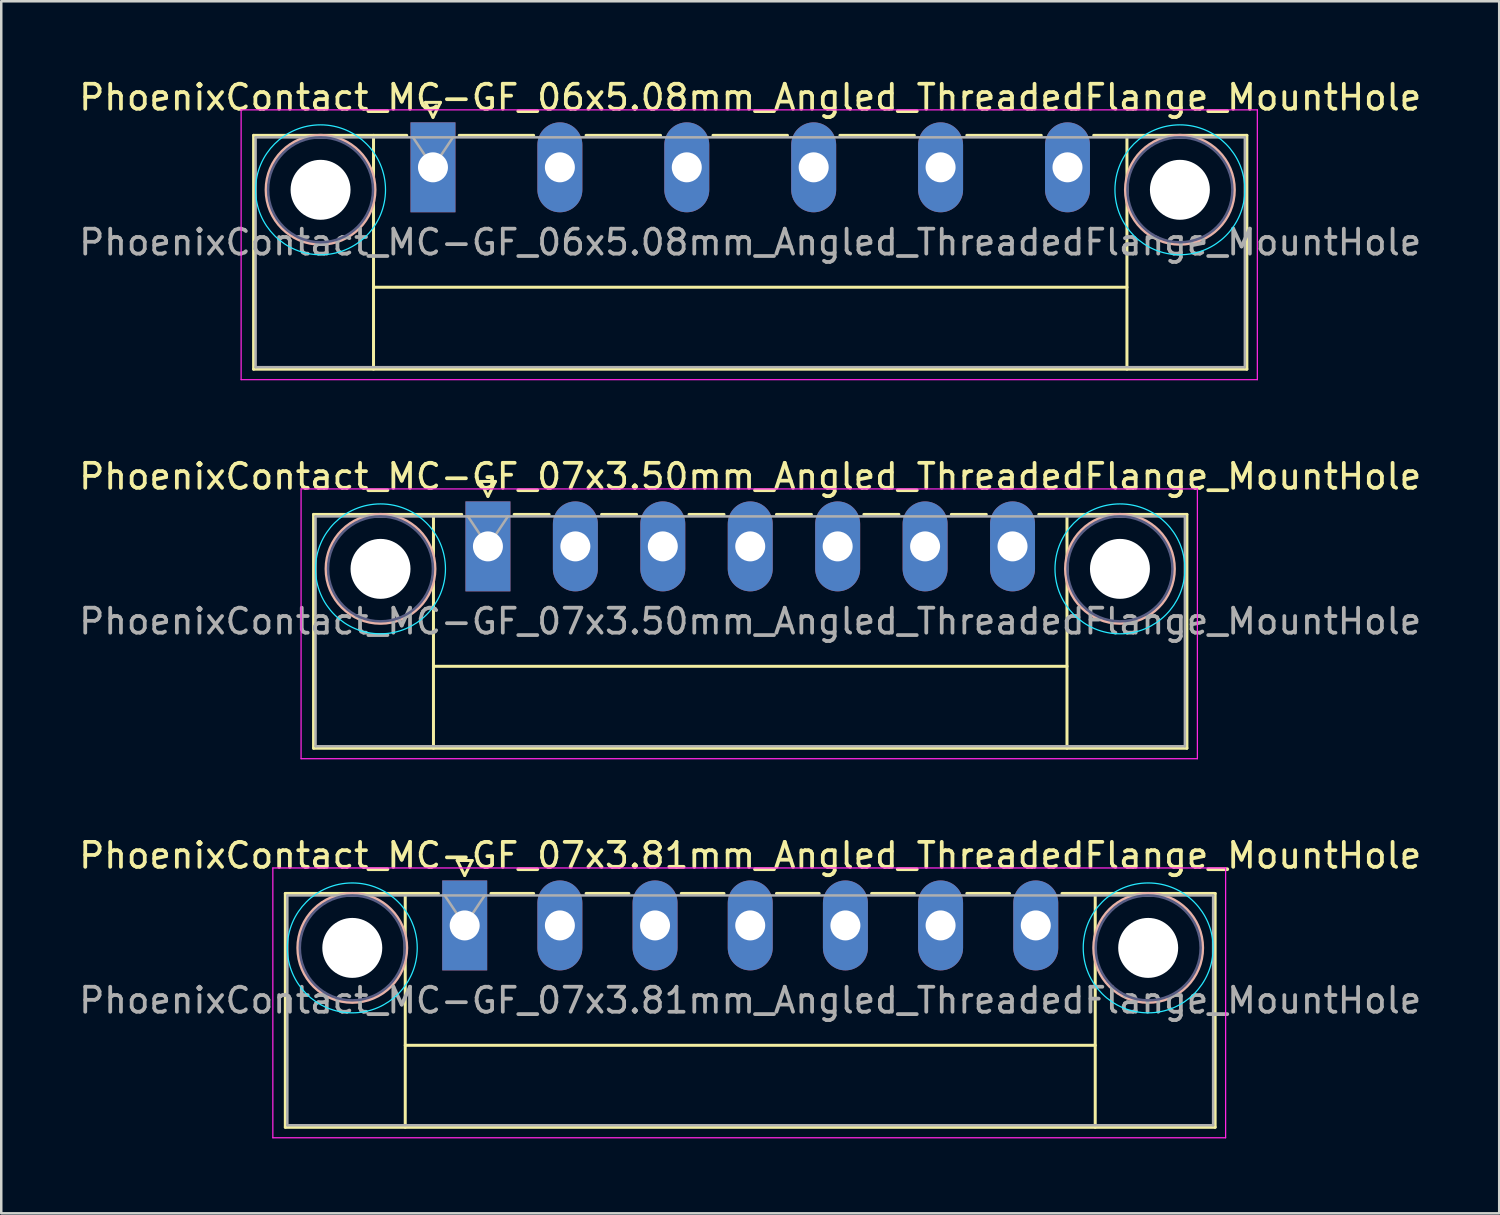
<source format=kicad_pcb>
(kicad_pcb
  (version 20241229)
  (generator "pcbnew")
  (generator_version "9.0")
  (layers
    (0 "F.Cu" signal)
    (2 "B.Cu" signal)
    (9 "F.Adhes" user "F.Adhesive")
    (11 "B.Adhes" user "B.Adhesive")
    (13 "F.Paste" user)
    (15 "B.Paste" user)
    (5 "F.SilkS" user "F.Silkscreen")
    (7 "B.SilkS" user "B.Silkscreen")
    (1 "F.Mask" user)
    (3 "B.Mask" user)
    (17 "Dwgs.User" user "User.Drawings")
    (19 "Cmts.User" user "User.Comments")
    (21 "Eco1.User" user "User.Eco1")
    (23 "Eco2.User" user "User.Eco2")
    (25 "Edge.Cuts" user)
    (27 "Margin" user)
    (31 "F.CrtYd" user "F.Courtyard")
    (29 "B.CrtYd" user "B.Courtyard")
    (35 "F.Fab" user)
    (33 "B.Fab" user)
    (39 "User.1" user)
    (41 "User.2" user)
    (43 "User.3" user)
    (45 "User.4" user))
  (footprint "PhoenixContact_MC-GF_07x3.50mm_Angled_ThreadedFlange_MountHole"
    (layer "F.Cu")
    (at 16.482 18.822)
    (property "Reference" "PhoenixContact_MC-GF_07x3.50mm_Angled_ThreadedFlange_MountHole" (at 10.5 -2.8 0) (layer "F.SilkS") (effects (font (size 1 1) (thickness 0.15))))
    (attr through_hole)
    (fp_line (start -6.98 -1.28) (end -6.98 8.08) (stroke (width 0.12) (type solid)) (layer "F.SilkS"))
    (fp_line (start -6.98 -1.28) (end -1.05 -1.28) (stroke (width 0.12) (type solid)) (layer "F.SilkS"))
    (fp_line (start -6.98 8.08) (end 27.98 8.08) (stroke (width 0.12) (type solid)) (layer "F.SilkS"))
    (fp_line (start -2.18 -1.28) (end -2.18 8.08) (stroke (width 0.12) (type solid)) (layer "F.SilkS"))
    (fp_line (start -2.18 4.8) (end 23.18 4.8) (stroke (width 0.12) (type solid)) (layer "F.SilkS"))
    (fp_line (start -0.3 -2.6) (end 0.3 -2.6) (stroke (width 0.12) (type solid)) (layer "F.SilkS"))
    (fp_line (start 0 -2) (end -0.3 -2.6) (stroke (width 0.12) (type solid)) (layer "F.SilkS"))
    (fp_line (start 0.3 -2.6) (end 0 -2) (stroke (width 0.12) (type solid)) (layer "F.SilkS"))
    (fp_line (start 1.05 -1.28) (end 2.45 -1.28) (stroke (width 0.12) (type solid)) (layer "F.SilkS"))
    (fp_line (start 4.55 -1.28) (end 5.95 -1.28) (stroke (width 0.12) (type solid)) (layer "F.SilkS"))
    (fp_line (start 8.05 -1.28) (end 9.45 -1.28) (stroke (width 0.12) (type solid)) (layer "F.SilkS"))
    (fp_line (start 11.55 -1.28) (end 12.95 -1.28) (stroke (width 0.12) (type solid)) (layer "F.SilkS"))
    (fp_line (start 15.05 -1.28) (end 16.45 -1.28) (stroke (width 0.12) (type solid)) (layer "F.SilkS"))
    (fp_line (start 18.55 -1.28) (end 19.95 -1.28) (stroke (width 0.12) (type solid)) (layer "F.SilkS"))
    (fp_line (start 23.18 -1.28) (end 23.18 8.08) (stroke (width 0.12) (type solid)) (layer "F.SilkS"))
    (fp_line (start 27.98 -1.28) (end 22.05 -1.28) (stroke (width 0.12) (type solid)) (layer "F.SilkS"))
    (fp_line (start 27.98 8.08) (end 27.98 -1.28) (stroke (width 0.12) (type solid)) (layer "F.SilkS"))
    (fp_circle (center -4.3 0.9) (end -2.12 0.9) (stroke (width 0.12) (type solid)) (fill no) (layer "B.SilkS"))
    (fp_circle (center 25.3 0.9) (end 27.48 0.9) (stroke (width 0.12) (type solid)) (fill no) (layer "B.SilkS"))
    (fp_circle (center -4.3 0.9) (end -1.7 0.9) (stroke (width 0.05) (type solid)) (fill no) (layer "B.CrtYd"))
    (fp_circle (center 25.3 0.9) (end 27.9 0.9) (stroke (width 0.05) (type solid)) (fill no) (layer "B.CrtYd"))
    (fp_line (start -7.48 -2.3) (end -7.48 8.5) (stroke (width 0.05) (type solid)) (layer "F.CrtYd"))
    (fp_line (start -7.48 8.5) (end 28.4 8.5) (stroke (width 0.05) (type solid)) (layer "F.CrtYd"))
    (fp_line (start 28.4 -2.3) (end -7.48 -2.3) (stroke (width 0.05) (type solid)) (layer "F.CrtYd"))
    (fp_line (start 28.4 8.5) (end 28.4 -2.3) (stroke (width 0.05) (type solid)) (layer "F.CrtYd"))
    (fp_circle (center -4.3 0.9) (end -2.2 0.9) (stroke (width 0.1) (type solid)) (fill no) (layer "B.Fab"))
    (fp_circle (center 25.3 0.9) (end 27.4 0.9) (stroke (width 0.1) (type solid)) (fill no) (layer "B.Fab"))
    (fp_line (start -6.9 -1.2) (end -6.9 8) (stroke (width 0.1) (type solid)) (layer "F.Fab"))
    (fp_line (start -6.9 8) (end 27.9 8) (stroke (width 0.1) (type solid)) (layer "F.Fab"))
    (fp_line (start 0 0) (end -0.8 -1.2) (stroke (width 0.1) (type solid)) (layer "F.Fab"))
    (fp_line (start 0.8 -1.2) (end 0 0) (stroke (width 0.1) (type solid)) (layer "F.Fab"))
    (fp_line (start 27.9 -1.2) (end -6.9 -1.2) (stroke (width 0.1) (type solid)) (layer "F.Fab"))
    (fp_line (start 27.9 8) (end 27.9 -1.2) (stroke (width 0.1) (type solid)) (layer "F.Fab"))
    (fp_text user "${REFERENCE}" (at 10.5 3 0) (layer "F.Fab") (effects (font (size 1 1) (thickness 0.15))))
    (pad "" np_thru_hole circle (at -4.3 0.9) (size 2.4 2.4) (drill 2.4) (layers "*.Cu" "*.Mask"))
    (pad "" np_thru_hole circle (at 25.3 0.9) (size 2.4 2.4) (drill 2.4) (layers "*.Cu" "*.Mask"))
    (pad "1" thru_hole rect (at 0 0) (size 1.8 3.6) (drill 1.2) (layers "*.Cu" "*.Mask"))
    (pad "2" thru_hole oval (at 3.5 0) (size 1.8 3.6) (drill 1.2) (layers "*.Cu" "*.Mask"))
    (pad "3" thru_hole oval (at 7 0) (size 1.8 3.6) (drill 1.2) (layers "*.Cu" "*.Mask"))
    (pad "4" thru_hole oval (at 10.5 0) (size 1.8 3.6) (drill 1.2) (layers "*.Cu" "*.Mask"))
    (pad "5" thru_hole oval (at 14 0) (size 1.8 3.6) (drill 1.2) (layers "*.Cu" "*.Mask"))
    (pad "6" thru_hole oval (at 17.5 0) (size 1.8 3.6) (drill 1.2) (layers "*.Cu" "*.Mask"))
    (pad "7" thru_hole oval (at 21 0) (size 1.8 3.6) (drill 1.2) (layers "*.Cu" "*.Mask")))
  (footprint "PhoenixContact_MC-GF_06x5.08mm_Angled_ThreadedFlange_MountHole"
    (layer "F.Cu")
    (at 14.282 3.648)
    (property "Reference" "PhoenixContact_MC-GF_06x5.08mm_Angled_ThreadedFlange_MountHole" (at 12.7 -2.8 0) (layer "F.SilkS") (effects (font (size 1 1) (thickness 0.15))))
    (attr through_hole)
    (fp_line (start -7.18 -1.28) (end -7.18 8.08) (stroke (width 0.12) (type solid)) (layer "F.SilkS"))
    (fp_line (start -7.18 -1.28) (end -1.05 -1.28) (stroke (width 0.12) (type solid)) (layer "F.SilkS"))
    (fp_line (start -7.18 8.08) (end 32.58 8.08) (stroke (width 0.12) (type solid)) (layer "F.SilkS"))
    (fp_line (start -2.38 -1.28) (end -2.38 8.08) (stroke (width 0.12) (type solid)) (layer "F.SilkS"))
    (fp_line (start -2.38 4.8) (end 27.78 4.8) (stroke (width 0.12) (type solid)) (layer "F.SilkS"))
    (fp_line (start -0.3 -2.6) (end 0.3 -2.6) (stroke (width 0.12) (type solid)) (layer "F.SilkS"))
    (fp_line (start 0 -2) (end -0.3 -2.6) (stroke (width 0.12) (type solid)) (layer "F.SilkS"))
    (fp_line (start 0.3 -2.6) (end 0 -2) (stroke (width 0.12) (type solid)) (layer "F.SilkS"))
    (fp_line (start 1.05 -1.28) (end 4.03 -1.28) (stroke (width 0.12) (type solid)) (layer "F.SilkS"))
    (fp_line (start 6.13 -1.28) (end 9.11 -1.28) (stroke (width 0.12) (type solid)) (layer "F.SilkS"))
    (fp_line (start 11.21 -1.28) (end 14.19 -1.28) (stroke (width 0.12) (type solid)) (layer "F.SilkS"))
    (fp_line (start 16.29 -1.28) (end 19.27 -1.28) (stroke (width 0.12) (type solid)) (layer "F.SilkS"))
    (fp_line (start 21.37 -1.28) (end 24.35 -1.28) (stroke (width 0.12) (type solid)) (layer "F.SilkS"))
    (fp_line (start 27.78 -1.28) (end 27.78 8.08) (stroke (width 0.12) (type solid)) (layer "F.SilkS"))
    (fp_line (start 32.58 -1.28) (end 26.45 -1.28) (stroke (width 0.12) (type solid)) (layer "F.SilkS"))
    (fp_line (start 32.58 8.08) (end 32.58 -1.28) (stroke (width 0.12) (type solid)) (layer "F.SilkS"))
    (fp_circle (center -4.5 0.9) (end -2.32 0.9) (stroke (width 0.12) (type solid)) (fill no) (layer "B.SilkS"))
    (fp_circle (center 29.9 0.9) (end 32.08 0.9) (stroke (width 0.12) (type solid)) (fill no) (layer "B.SilkS"))
    (fp_circle (center -4.5 0.9) (end -1.9 0.9) (stroke (width 0.05) (type solid)) (fill no) (layer "B.CrtYd"))
    (fp_circle (center 29.9 0.9) (end 32.5 0.9) (stroke (width 0.05) (type solid)) (fill no) (layer "B.CrtYd"))
    (fp_line (start -7.68 -2.3) (end -7.68 8.5) (stroke (width 0.05) (type solid)) (layer "F.CrtYd"))
    (fp_line (start -7.68 8.5) (end 33 8.5) (stroke (width 0.05) (type solid)) (layer "F.CrtYd"))
    (fp_line (start 33 -2.3) (end -7.68 -2.3) (stroke (width 0.05) (type solid)) (layer "F.CrtYd"))
    (fp_line (start 33 8.5) (end 33 -2.3) (stroke (width 0.05) (type solid)) (layer "F.CrtYd"))
    (fp_circle (center -4.5 0.9) (end -2.4 0.9) (stroke (width 0.1) (type solid)) (fill no) (layer "B.Fab"))
    (fp_circle (center 29.9 0.9) (end 32 0.9) (stroke (width 0.1) (type solid)) (fill no) (layer "B.Fab"))
    (fp_line (start -7.1 -1.2) (end -7.1 8) (stroke (width 0.1) (type solid)) (layer "F.Fab"))
    (fp_line (start -7.1 8) (end 32.5 8) (stroke (width 0.1) (type solid)) (layer "F.Fab"))
    (fp_line (start 0 0) (end -0.8 -1.2) (stroke (width 0.1) (type solid)) (layer "F.Fab"))
    (fp_line (start 0.8 -1.2) (end 0 0) (stroke (width 0.1) (type solid)) (layer "F.Fab"))
    (fp_line (start 32.5 -1.2) (end -7.1 -1.2) (stroke (width 0.1) (type solid)) (layer "F.Fab"))
    (fp_line (start 32.5 8) (end 32.5 -1.2) (stroke (width 0.1) (type solid)) (layer "F.Fab"))
    (fp_text user "${REFERENCE}" (at 12.7 3 0) (layer "F.Fab") (effects (font (size 1 1) (thickness 0.15))))
    (pad "" np_thru_hole circle (at -4.5 0.9) (size 2.4 2.4) (drill 2.4) (layers "*.Cu" "*.Mask"))
    (pad "" np_thru_hole circle (at 29.9 0.9) (size 2.4 2.4) (drill 2.4) (layers "*.Cu" "*.Mask"))
    (pad "1" thru_hole rect (at 0 0) (size 1.8 3.6) (drill 1.2) (layers "*.Cu" "*.Mask"))
    (pad "2" thru_hole oval (at 5.08 0) (size 1.8 3.6) (drill 1.2) (layers "*.Cu" "*.Mask"))
    (pad "3" thru_hole oval (at 10.16 0) (size 1.8 3.6) (drill 1.2) (layers "*.Cu" "*.Mask"))
    (pad "4" thru_hole oval (at 15.24 0) (size 1.8 3.6) (drill 1.2) (layers "*.Cu" "*.Mask"))
    (pad "5" thru_hole oval (at 20.32 0) (size 1.8 3.6) (drill 1.2) (layers "*.Cu" "*.Mask"))
    (pad "6" thru_hole oval (at 25.4 0) (size 1.8 3.6) (drill 1.2) (layers "*.Cu" "*.Mask")))
  (footprint "PhoenixContact_MC-GF_07x3.81mm_Angled_ThreadedFlange_MountHole"
    (layer "F.Cu")
    (at 15.552 33.995)
    (property "Reference" "PhoenixContact_MC-GF_07x3.81mm_Angled_ThreadedFlange_MountHole" (at 11.43 -2.8 0) (layer "F.SilkS") (effects (font (size 1 1) (thickness 0.15))))
    (attr through_hole)
    (fp_line (start -7.18 -1.28) (end -7.18 8.08) (stroke (width 0.12) (type solid)) (layer "F.SilkS"))
    (fp_line (start -7.18 -1.28) (end -1.05 -1.28) (stroke (width 0.12) (type solid)) (layer "F.SilkS"))
    (fp_line (start -7.18 8.08) (end 30.04 8.08) (stroke (width 0.12) (type solid)) (layer "F.SilkS"))
    (fp_line (start -2.38 -1.28) (end -2.38 8.08) (stroke (width 0.12) (type solid)) (layer "F.SilkS"))
    (fp_line (start -2.38 4.8) (end 25.24 4.8) (stroke (width 0.12) (type solid)) (layer "F.SilkS"))
    (fp_line (start -0.3 -2.6) (end 0.3 -2.6) (stroke (width 0.12) (type solid)) (layer "F.SilkS"))
    (fp_line (start 0 -2) (end -0.3 -2.6) (stroke (width 0.12) (type solid)) (layer "F.SilkS"))
    (fp_line (start 0.3 -2.6) (end 0 -2) (stroke (width 0.12) (type solid)) (layer "F.SilkS"))
    (fp_line (start 1.05 -1.28) (end 2.76 -1.28) (stroke (width 0.12) (type solid)) (layer "F.SilkS"))
    (fp_line (start 4.86 -1.28) (end 6.57 -1.28) (stroke (width 0.12) (type solid)) (layer "F.SilkS"))
    (fp_line (start 8.67 -1.28) (end 10.38 -1.28) (stroke (width 0.12) (type solid)) (layer "F.SilkS"))
    (fp_line (start 12.48 -1.28) (end 14.19 -1.28) (stroke (width 0.12) (type solid)) (layer "F.SilkS"))
    (fp_line (start 16.29 -1.28) (end 18 -1.28) (stroke (width 0.12) (type solid)) (layer "F.SilkS"))
    (fp_line (start 20.1 -1.28) (end 21.81 -1.28) (stroke (width 0.12) (type solid)) (layer "F.SilkS"))
    (fp_line (start 25.24 -1.28) (end 25.24 8.08) (stroke (width 0.12) (type solid)) (layer "F.SilkS"))
    (fp_line (start 30.04 -1.28) (end 23.91 -1.28) (stroke (width 0.12) (type solid)) (layer "F.SilkS"))
    (fp_line (start 30.04 8.08) (end 30.04 -1.28) (stroke (width 0.12) (type solid)) (layer "F.SilkS"))
    (fp_circle (center -4.5 0.9) (end -2.32 0.9) (stroke (width 0.12) (type solid)) (fill no) (layer "B.SilkS"))
    (fp_circle (center 27.36 0.9) (end 29.54 0.9) (stroke (width 0.12) (type solid)) (fill no) (layer "B.SilkS"))
    (fp_circle (center -4.5 0.9) (end -1.9 0.9) (stroke (width 0.05) (type solid)) (fill no) (layer "B.CrtYd"))
    (fp_circle (center 27.36 0.9) (end 29.96 0.9) (stroke (width 0.05) (type solid)) (fill no) (layer "B.CrtYd"))
    (fp_line (start -7.68 -2.3) (end -7.68 8.5) (stroke (width 0.05) (type solid)) (layer "F.CrtYd"))
    (fp_line (start -7.68 8.5) (end 30.46 8.5) (stroke (width 0.05) (type solid)) (layer "F.CrtYd"))
    (fp_line (start 30.46 -2.3) (end -7.68 -2.3) (stroke (width 0.05) (type solid)) (layer "F.CrtYd"))
    (fp_line (start 30.46 8.5) (end 30.46 -2.3) (stroke (width 0.05) (type solid)) (layer "F.CrtYd"))
    (fp_circle (center -4.5 0.9) (end -2.4 0.9) (stroke (width 0.1) (type solid)) (fill no) (layer "B.Fab"))
    (fp_circle (center 27.36 0.9) (end 29.46 0.9) (stroke (width 0.1) (type solid)) (fill no) (layer "B.Fab"))
    (fp_line (start -7.1 -1.2) (end -7.1 8) (stroke (width 0.1) (type solid)) (layer "F.Fab"))
    (fp_line (start -7.1 8) (end 29.96 8) (stroke (width 0.1) (type solid)) (layer "F.Fab"))
    (fp_line (start 0 0) (end -0.8 -1.2) (stroke (width 0.1) (type solid)) (layer "F.Fab"))
    (fp_line (start 0.8 -1.2) (end 0 0) (stroke (width 0.1) (type solid)) (layer "F.Fab"))
    (fp_line (start 29.96 -1.2) (end -7.1 -1.2) (stroke (width 0.1) (type solid)) (layer "F.Fab"))
    (fp_line (start 29.96 8) (end 29.96 -1.2) (stroke (width 0.1) (type solid)) (layer "F.Fab"))
    (fp_text user "${REFERENCE}" (at 11.43 3 0) (layer "F.Fab") (effects (font (size 1 1) (thickness 0.15))))
    (pad "" np_thru_hole circle (at -4.5 0.9) (size 2.4 2.4) (drill 2.4) (layers "*.Cu" "*.Mask"))
    (pad "" np_thru_hole circle (at 27.36 0.9) (size 2.4 2.4) (drill 2.4) (layers "*.Cu" "*.Mask"))
    (pad "1" thru_hole rect (at 0 0) (size 1.8 3.6) (drill 1.2) (layers "*.Cu" "*.Mask"))
    (pad "2" thru_hole oval (at 3.81 0) (size 1.8 3.6) (drill 1.2) (layers "*.Cu" "*.Mask"))
    (pad "3" thru_hole oval (at 7.62 0) (size 1.8 3.6) (drill 1.2) (layers "*.Cu" "*.Mask"))
    (pad "4" thru_hole oval (at 11.43 0) (size 1.8 3.6) (drill 1.2) (layers "*.Cu" "*.Mask"))
    (pad "5" thru_hole oval (at 15.24 0) (size 1.8 3.6) (drill 1.2) (layers "*.Cu" "*.Mask"))
    (pad "6" thru_hole oval (at 19.05 0) (size 1.8 3.6) (drill 1.2) (layers "*.Cu" "*.Mask"))
    (pad "7" thru_hole oval (at 22.86 0) (size 1.8 3.6) (drill 1.2) (layers "*.Cu" "*.Mask")))
  (gr_rect
    (start -3 -3)
    (end 56.964 45.52)
    (stroke (width 0.1) (type default))
    (fill no)
    (layer "Edge.Cuts")))
</source>
